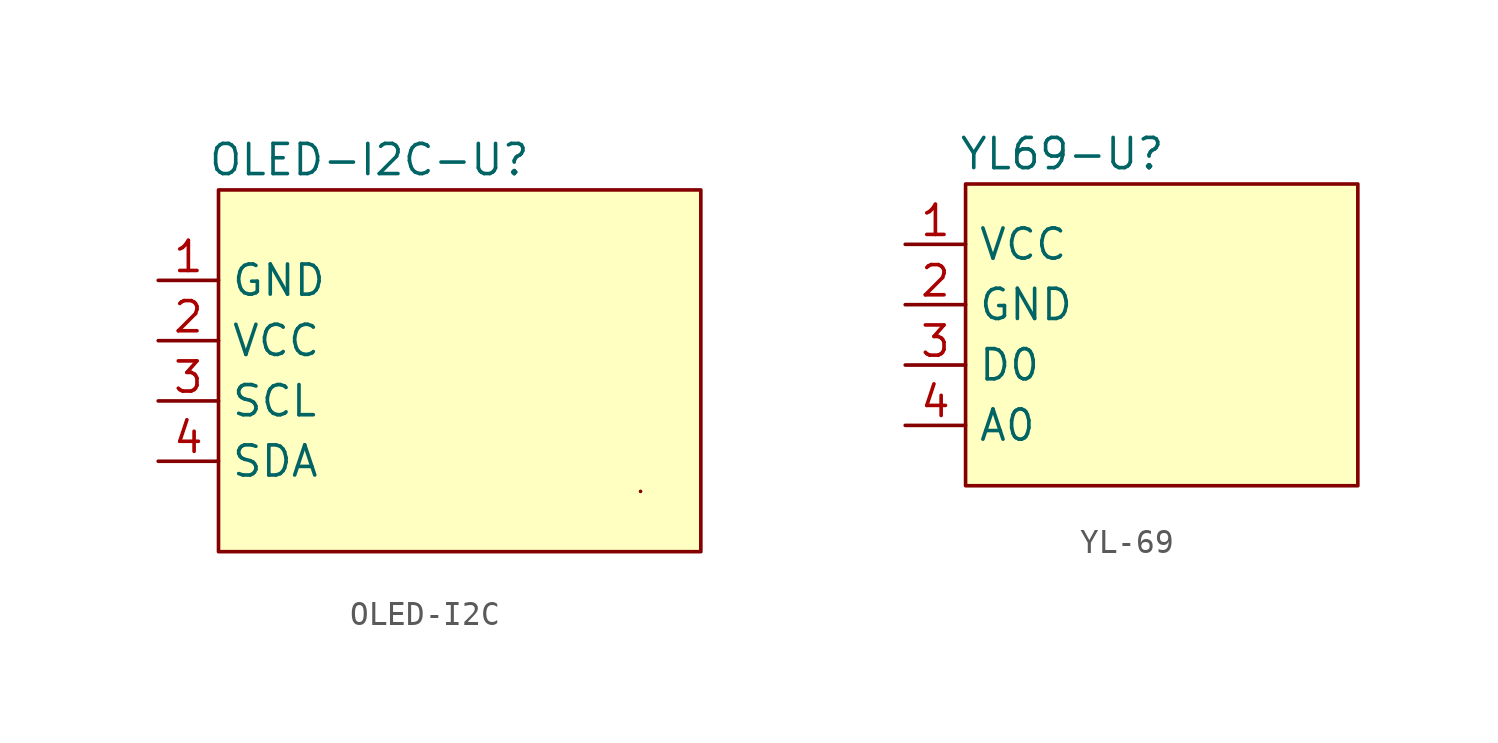
<source format=kicad_sym>
(kicad_symbol_lib
  (version 20241209)
  (generator "kicad_symbol_editor")
  (generator_version "9.0")
  (symbol "OLED-I2C"
    (property "Reference" "OLED-I2C-U"
      (at 6.35 1.27 0)
      (effects (font (size 1.27 1.27))))
    (property "Value" ""
      (at 0 0 0)
      (effects (font (size 1.27 1.27))))
    (symbol "OLED-I2C_0_1"
      (rectangle (start 0 0) (end 20.32 -15.24) (stroke (width 0) (type default)) (fill (type color) (color 255 255 194 1)))
      (rectangle (start 17.78 -12.7) (end 17.78 -12.7) (stroke (width 0) (type default)) (fill (type none))))
    (symbol "OLED-I2C_1_1"
      (pin power_in line (at -2.54 -3.81 0) (length 2.54) (name "GND" (effects (font (size 1.27 1.27)))) (number "1" (effects (font (size 1.27 1.27)))))
      (pin power_in line (at -2.54 -6.35 0) (length 2.54) (name "VCC" (effects (font (size 1.27 1.27)))) (number "2" (effects (font (size 1.27 1.27)))))
      (pin input line (at -2.54 -8.89 0) (length 2.54) (name "SCL" (effects (font (size 1.27 1.27)))) (number "3" (effects (font (size 1.27 1.27)))))
      (pin input line (at -2.54 -11.43 0) (length 2.54) (name "SDA" (effects (font (size 1.27 1.27)))) (number "4" (effects (font (size 1.27 1.27)))))))
  (symbol "YL-69"
    (property "Reference" "YL69-U"
      (at 4.064 1.27 0)
      (effects (font (size 1.27 1.27))))
    (property "Value" ""
      (at 0 0 0)
      (effects (font (size 1.27 1.27))))
    (symbol "YL-69_0_1"
      (rectangle (start 0 0) (end 16.51 -12.7) (stroke (width 0) (type default)) (fill (type color) (color 255 255 194 1))))
    (symbol "YL-69_1_1"
      (pin power_in line (at -2.54 -2.54 0) (length 2.54) (name "VCC" (effects (font (size 1.27 1.27)))) (number "1" (effects (font (size 1.27 1.27)))))
      (pin power_in line (at -2.54 -5.08 0) (length 2.54) (name "GND" (effects (font (size 1.27 1.27)))) (number "2" (effects (font (size 1.27 1.27)))))
      (pin output line (at -2.54 -7.62 0) (length 2.54) (name "D0" (effects (font (size 1.27 1.27)))) (number "3" (effects (font (size 1.27 1.27)))))
      (pin output line (at -2.54 -10.16 0) (length 2.54) (name "A0" (effects (font (size 1.27 1.27)))) (number "4" (effects (font (size 1.27 1.27))))))))
</source>
